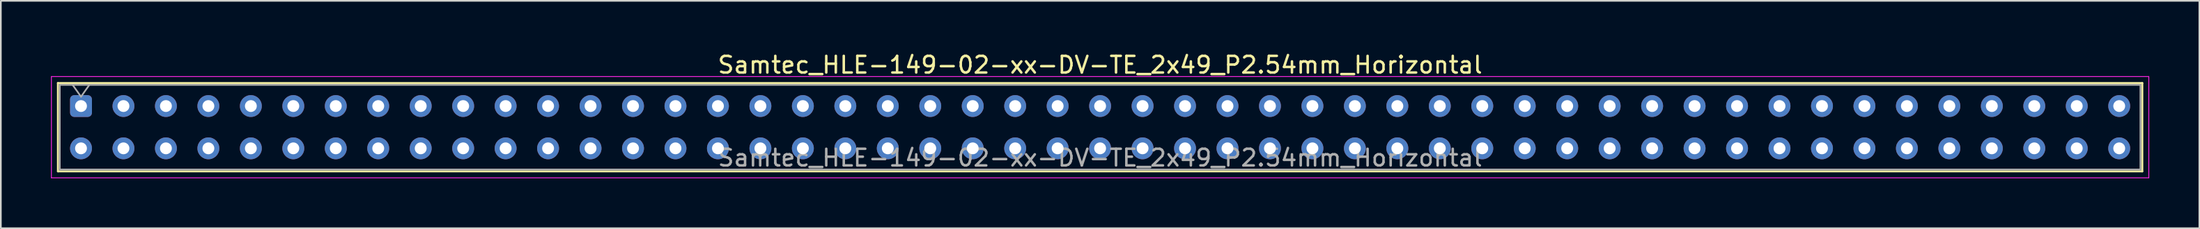
<source format=kicad_pcb>
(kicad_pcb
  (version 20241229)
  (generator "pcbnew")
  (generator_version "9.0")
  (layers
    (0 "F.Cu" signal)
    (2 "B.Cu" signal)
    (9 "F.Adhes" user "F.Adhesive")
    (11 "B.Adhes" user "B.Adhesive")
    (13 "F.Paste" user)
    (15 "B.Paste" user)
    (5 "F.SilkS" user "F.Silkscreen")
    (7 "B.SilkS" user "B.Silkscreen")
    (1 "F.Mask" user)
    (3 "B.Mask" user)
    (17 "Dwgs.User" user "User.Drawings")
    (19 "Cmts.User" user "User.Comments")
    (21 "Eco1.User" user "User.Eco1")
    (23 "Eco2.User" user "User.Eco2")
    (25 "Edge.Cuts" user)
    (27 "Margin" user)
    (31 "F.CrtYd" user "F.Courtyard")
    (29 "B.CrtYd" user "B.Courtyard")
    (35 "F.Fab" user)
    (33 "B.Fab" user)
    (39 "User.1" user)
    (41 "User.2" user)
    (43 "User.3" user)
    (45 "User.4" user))
  (footprint "Samtec_HLE-149-02-xx-DV-TE_2x49_P2.54mm_Horizontal"
    (layer "F.Cu")
    (at 1.795 3.318)
    (property "Reference" "Samtec_HLE-149-02-xx-DV-TE_2x49_P2.54mm_Horizontal" (at 60.96 -2.47 0) (layer "F.SilkS") (effects (font (size 1 1) (thickness 0.15))))
    (attr through_hole)
    (fp_line (start -1.38 -1.38) (end 123.3 -1.38) (stroke (width 0.12) (type solid)) (layer "F.SilkS"))
    (fp_line (start -1.38 3.92) (end -1.38 -1.38) (stroke (width 0.12) (type solid)) (layer "F.SilkS"))
    (fp_line (start 123.3 -1.38) (end 123.3 3.92) (stroke (width 0.12) (type solid)) (layer "F.SilkS"))
    (fp_line (start 123.3 3.92) (end -1.38 3.92) (stroke (width 0.12) (type solid)) (layer "F.SilkS"))
    (fp_line (start -1.77 -1.77) (end 123.69 -1.77) (stroke (width 0.05) (type solid)) (layer "F.CrtYd"))
    (fp_line (start -1.77 4.31) (end -1.77 -1.77) (stroke (width 0.05) (type solid)) (layer "F.CrtYd"))
    (fp_line (start 123.69 -1.77) (end 123.69 4.31) (stroke (width 0.05) (type solid)) (layer "F.CrtYd"))
    (fp_line (start 123.69 4.31) (end -1.77 4.31) (stroke (width 0.05) (type solid)) (layer "F.CrtYd"))
    (fp_line (start -1.27 -1.27) (end 123.19 -1.27) (stroke (width 0.1) (type solid)) (layer "F.Fab"))
    (fp_line (start -1.27 3.81) (end -1.27 -1.27) (stroke (width 0.1) (type solid)) (layer "F.Fab"))
    (fp_line (start -0.5 -1.27) (end 0 -0.563) (stroke (width 0.1) (type solid)) (layer "F.Fab"))
    (fp_line (start 0 -0.563) (end 0.5 -1.27) (stroke (width 0.1) (type solid)) (layer "F.Fab"))
    (fp_line (start 123.19 -1.27) (end 123.19 3.81) (stroke (width 0.1) (type solid)) (layer "F.Fab"))
    (fp_line (start 123.19 3.81) (end -1.27 3.81) (stroke (width 0.1) (type solid)) (layer "F.Fab"))
    (fp_text user "${REFERENCE}" (at 60.96 3.11 0) (layer "F.Fab") (effects (font (size 1 1) (thickness 0.15))))
    (pad "1" thru_hole roundrect (at 0 0) (size 1.31 1.31) (drill 0.71) (layers "*.Cu" "*.Mask") (roundrect_rratio 0.191))
    (pad "2" thru_hole circle (at 0 2.54) (size 1.31 1.31) (drill 0.71) (layers "*.Cu" "*.Mask"))
    (pad "3" thru_hole circle (at 2.54 0) (size 1.31 1.31) (drill 0.71) (layers "*.Cu" "*.Mask"))
    (pad "4" thru_hole circle (at 2.54 2.54) (size 1.31 1.31) (drill 0.71) (layers "*.Cu" "*.Mask"))
    (pad "5" thru_hole circle (at 5.08 0) (size 1.31 1.31) (drill 0.71) (layers "*.Cu" "*.Mask"))
    (pad "6" thru_hole circle (at 5.08 2.54) (size 1.31 1.31) (drill 0.71) (layers "*.Cu" "*.Mask"))
    (pad "7" thru_hole circle (at 7.62 0) (size 1.31 1.31) (drill 0.71) (layers "*.Cu" "*.Mask"))
    (pad "8" thru_hole circle (at 7.62 2.54) (size 1.31 1.31) (drill 0.71) (layers "*.Cu" "*.Mask"))
    (pad "9" thru_hole circle (at 10.16 0) (size 1.31 1.31) (drill 0.71) (layers "*.Cu" "*.Mask"))
    (pad "10" thru_hole circle (at 10.16 2.54) (size 1.31 1.31) (drill 0.71) (layers "*.Cu" "*.Mask"))
    (pad "11" thru_hole circle (at 12.7 0) (size 1.31 1.31) (drill 0.71) (layers "*.Cu" "*.Mask"))
    (pad "12" thru_hole circle (at 12.7 2.54) (size 1.31 1.31) (drill 0.71) (layers "*.Cu" "*.Mask"))
    (pad "13" thru_hole circle (at 15.24 0) (size 1.31 1.31) (drill 0.71) (layers "*.Cu" "*.Mask"))
    (pad "14" thru_hole circle (at 15.24 2.54) (size 1.31 1.31) (drill 0.71) (layers "*.Cu" "*.Mask"))
    (pad "15" thru_hole circle (at 17.78 0) (size 1.31 1.31) (drill 0.71) (layers "*.Cu" "*.Mask"))
    (pad "16" thru_hole circle (at 17.78 2.54) (size 1.31 1.31) (drill 0.71) (layers "*.Cu" "*.Mask"))
    (pad "17" thru_hole circle (at 20.32 0) (size 1.31 1.31) (drill 0.71) (layers "*.Cu" "*.Mask"))
    (pad "18" thru_hole circle (at 20.32 2.54) (size 1.31 1.31) (drill 0.71) (layers "*.Cu" "*.Mask"))
    (pad "19" thru_hole circle (at 22.86 0) (size 1.31 1.31) (drill 0.71) (layers "*.Cu" "*.Mask"))
    (pad "20" thru_hole circle (at 22.86 2.54) (size 1.31 1.31) (drill 0.71) (layers "*.Cu" "*.Mask"))
    (pad "21" thru_hole circle (at 25.4 0) (size 1.31 1.31) (drill 0.71) (layers "*.Cu" "*.Mask"))
    (pad "22" thru_hole circle (at 25.4 2.54) (size 1.31 1.31) (drill 0.71) (layers "*.Cu" "*.Mask"))
    (pad "23" thru_hole circle (at 27.94 0) (size 1.31 1.31) (drill 0.71) (layers "*.Cu" "*.Mask"))
    (pad "24" thru_hole circle (at 27.94 2.54) (size 1.31 1.31) (drill 0.71) (layers "*.Cu" "*.Mask"))
    (pad "25" thru_hole circle (at 30.48 0) (size 1.31 1.31) (drill 0.71) (layers "*.Cu" "*.Mask"))
    (pad "26" thru_hole circle (at 30.48 2.54) (size 1.31 1.31) (drill 0.71) (layers "*.Cu" "*.Mask"))
    (pad "27" thru_hole circle (at 33.02 0) (size 1.31 1.31) (drill 0.71) (layers "*.Cu" "*.Mask"))
    (pad "28" thru_hole circle (at 33.02 2.54) (size 1.31 1.31) (drill 0.71) (layers "*.Cu" "*.Mask"))
    (pad "29" thru_hole circle (at 35.56 0) (size 1.31 1.31) (drill 0.71) (layers "*.Cu" "*.Mask"))
    (pad "30" thru_hole circle (at 35.56 2.54) (size 1.31 1.31) (drill 0.71) (layers "*.Cu" "*.Mask"))
    (pad "31" thru_hole circle (at 38.1 0) (size 1.31 1.31) (drill 0.71) (layers "*.Cu" "*.Mask"))
    (pad "32" thru_hole circle (at 38.1 2.54) (size 1.31 1.31) (drill 0.71) (layers "*.Cu" "*.Mask"))
    (pad "33" thru_hole circle (at 40.64 0) (size 1.31 1.31) (drill 0.71) (layers "*.Cu" "*.Mask"))
    (pad "34" thru_hole circle (at 40.64 2.54) (size 1.31 1.31) (drill 0.71) (layers "*.Cu" "*.Mask"))
    (pad "35" thru_hole circle (at 43.18 0) (size 1.31 1.31) (drill 0.71) (layers "*.Cu" "*.Mask"))
    (pad "36" thru_hole circle (at 43.18 2.54) (size 1.31 1.31) (drill 0.71) (layers "*.Cu" "*.Mask"))
    (pad "37" thru_hole circle (at 45.72 0) (size 1.31 1.31) (drill 0.71) (layers "*.Cu" "*.Mask"))
    (pad "38" thru_hole circle (at 45.72 2.54) (size 1.31 1.31) (drill 0.71) (layers "*.Cu" "*.Mask"))
    (pad "39" thru_hole circle (at 48.26 0) (size 1.31 1.31) (drill 0.71) (layers "*.Cu" "*.Mask"))
    (pad "40" thru_hole circle (at 48.26 2.54) (size 1.31 1.31) (drill 0.71) (layers "*.Cu" "*.Mask"))
    (pad "41" thru_hole circle (at 50.8 0) (size 1.31 1.31) (drill 0.71) (layers "*.Cu" "*.Mask"))
    (pad "42" thru_hole circle (at 50.8 2.54) (size 1.31 1.31) (drill 0.71) (layers "*.Cu" "*.Mask"))
    (pad "43" thru_hole circle (at 53.34 0) (size 1.31 1.31) (drill 0.71) (layers "*.Cu" "*.Mask"))
    (pad "44" thru_hole circle (at 53.34 2.54) (size 1.31 1.31) (drill 0.71) (layers "*.Cu" "*.Mask"))
    (pad "45" thru_hole circle (at 55.88 0) (size 1.31 1.31) (drill 0.71) (layers "*.Cu" "*.Mask"))
    (pad "46" thru_hole circle (at 55.88 2.54) (size 1.31 1.31) (drill 0.71) (layers "*.Cu" "*.Mask"))
    (pad "47" thru_hole circle (at 58.42 0) (size 1.31 1.31) (drill 0.71) (layers "*.Cu" "*.Mask"))
    (pad "48" thru_hole circle (at 58.42 2.54) (size 1.31 1.31) (drill 0.71) (layers "*.Cu" "*.Mask"))
    (pad "49" thru_hole circle (at 60.96 0) (size 1.31 1.31) (drill 0.71) (layers "*.Cu" "*.Mask"))
    (pad "50" thru_hole circle (at 60.96 2.54) (size 1.31 1.31) (drill 0.71) (layers "*.Cu" "*.Mask"))
    (pad "51" thru_hole circle (at 63.5 0) (size 1.31 1.31) (drill 0.71) (layers "*.Cu" "*.Mask"))
    (pad "52" thru_hole circle (at 63.5 2.54) (size 1.31 1.31) (drill 0.71) (layers "*.Cu" "*.Mask"))
    (pad "53" thru_hole circle (at 66.04 0) (size 1.31 1.31) (drill 0.71) (layers "*.Cu" "*.Mask"))
    (pad "54" thru_hole circle (at 66.04 2.54) (size 1.31 1.31) (drill 0.71) (layers "*.Cu" "*.Mask"))
    (pad "55" thru_hole circle (at 68.58 0) (size 1.31 1.31) (drill 0.71) (layers "*.Cu" "*.Mask"))
    (pad "56" thru_hole circle (at 68.58 2.54) (size 1.31 1.31) (drill 0.71) (layers "*.Cu" "*.Mask"))
    (pad "57" thru_hole circle (at 71.12 0) (size 1.31 1.31) (drill 0.71) (layers "*.Cu" "*.Mask"))
    (pad "58" thru_hole circle (at 71.12 2.54) (size 1.31 1.31) (drill 0.71) (layers "*.Cu" "*.Mask"))
    (pad "59" thru_hole circle (at 73.66 0) (size 1.31 1.31) (drill 0.71) (layers "*.Cu" "*.Mask"))
    (pad "60" thru_hole circle (at 73.66 2.54) (size 1.31 1.31) (drill 0.71) (layers "*.Cu" "*.Mask"))
    (pad "61" thru_hole circle (at 76.2 0) (size 1.31 1.31) (drill 0.71) (layers "*.Cu" "*.Mask"))
    (pad "62" thru_hole circle (at 76.2 2.54) (size 1.31 1.31) (drill 0.71) (layers "*.Cu" "*.Mask"))
    (pad "63" thru_hole circle (at 78.74 0) (size 1.31 1.31) (drill 0.71) (layers "*.Cu" "*.Mask"))
    (pad "64" thru_hole circle (at 78.74 2.54) (size 1.31 1.31) (drill 0.71) (layers "*.Cu" "*.Mask"))
    (pad "65" thru_hole circle (at 81.28 0) (size 1.31 1.31) (drill 0.71) (layers "*.Cu" "*.Mask"))
    (pad "66" thru_hole circle (at 81.28 2.54) (size 1.31 1.31) (drill 0.71) (layers "*.Cu" "*.Mask"))
    (pad "67" thru_hole circle (at 83.82 0) (size 1.31 1.31) (drill 0.71) (layers "*.Cu" "*.Mask"))
    (pad "68" thru_hole circle (at 83.82 2.54) (size 1.31 1.31) (drill 0.71) (layers "*.Cu" "*.Mask"))
    (pad "69" thru_hole circle (at 86.36 0) (size 1.31 1.31) (drill 0.71) (layers "*.Cu" "*.Mask"))
    (pad "70" thru_hole circle (at 86.36 2.54) (size 1.31 1.31) (drill 0.71) (layers "*.Cu" "*.Mask"))
    (pad "71" thru_hole circle (at 88.9 0) (size 1.31 1.31) (drill 0.71) (layers "*.Cu" "*.Mask"))
    (pad "72" thru_hole circle (at 88.9 2.54) (size 1.31 1.31) (drill 0.71) (layers "*.Cu" "*.Mask"))
    (pad "73" thru_hole circle (at 91.44 0) (size 1.31 1.31) (drill 0.71) (layers "*.Cu" "*.Mask"))
    (pad "74" thru_hole circle (at 91.44 2.54) (size 1.31 1.31) (drill 0.71) (layers "*.Cu" "*.Mask"))
    (pad "75" thru_hole circle (at 93.98 0) (size 1.31 1.31) (drill 0.71) (layers "*.Cu" "*.Mask"))
    (pad "76" thru_hole circle (at 93.98 2.54) (size 1.31 1.31) (drill 0.71) (layers "*.Cu" "*.Mask"))
    (pad "77" thru_hole circle (at 96.52 0) (size 1.31 1.31) (drill 0.71) (layers "*.Cu" "*.Mask"))
    (pad "78" thru_hole circle (at 96.52 2.54) (size 1.31 1.31) (drill 0.71) (layers "*.Cu" "*.Mask"))
    (pad "79" thru_hole circle (at 99.06 0) (size 1.31 1.31) (drill 0.71) (layers "*.Cu" "*.Mask"))
    (pad "80" thru_hole circle (at 99.06 2.54) (size 1.31 1.31) (drill 0.71) (layers "*.Cu" "*.Mask"))
    (pad "81" thru_hole circle (at 101.6 0) (size 1.31 1.31) (drill 0.71) (layers "*.Cu" "*.Mask"))
    (pad "82" thru_hole circle (at 101.6 2.54) (size 1.31 1.31) (drill 0.71) (layers "*.Cu" "*.Mask"))
    (pad "83" thru_hole circle (at 104.14 0) (size 1.31 1.31) (drill 0.71) (layers "*.Cu" "*.Mask"))
    (pad "84" thru_hole circle (at 104.14 2.54) (size 1.31 1.31) (drill 0.71) (layers "*.Cu" "*.Mask"))
    (pad "85" thru_hole circle (at 106.68 0) (size 1.31 1.31) (drill 0.71) (layers "*.Cu" "*.Mask"))
    (pad "86" thru_hole circle (at 106.68 2.54) (size 1.31 1.31) (drill 0.71) (layers "*.Cu" "*.Mask"))
    (pad "87" thru_hole circle (at 109.22 0) (size 1.31 1.31) (drill 0.71) (layers "*.Cu" "*.Mask"))
    (pad "88" thru_hole circle (at 109.22 2.54) (size 1.31 1.31) (drill 0.71) (layers "*.Cu" "*.Mask"))
    (pad "89" thru_hole circle (at 111.76 0) (size 1.31 1.31) (drill 0.71) (layers "*.Cu" "*.Mask"))
    (pad "90" thru_hole circle (at 111.76 2.54) (size 1.31 1.31) (drill 0.71) (layers "*.Cu" "*.Mask"))
    (pad "91" thru_hole circle (at 114.3 0) (size 1.31 1.31) (drill 0.71) (layers "*.Cu" "*.Mask"))
    (pad "92" thru_hole circle (at 114.3 2.54) (size 1.31 1.31) (drill 0.71) (layers "*.Cu" "*.Mask"))
    (pad "93" thru_hole circle (at 116.84 0) (size 1.31 1.31) (drill 0.71) (layers "*.Cu" "*.Mask"))
    (pad "94" thru_hole circle (at 116.84 2.54) (size 1.31 1.31) (drill 0.71) (layers "*.Cu" "*.Mask"))
    (pad "95" thru_hole circle (at 119.38 0) (size 1.31 1.31) (drill 0.71) (layers "*.Cu" "*.Mask"))
    (pad "96" thru_hole circle (at 119.38 2.54) (size 1.31 1.31) (drill 0.71) (layers "*.Cu" "*.Mask"))
    (pad "97" thru_hole circle (at 121.92 0) (size 1.31 1.31) (drill 0.71) (layers "*.Cu" "*.Mask"))
    (pad "98" thru_hole circle (at 121.92 2.54) (size 1.31 1.31) (drill 0.71) (layers "*.Cu" "*.Mask")))
  (gr_rect
    (start -3 -3)
    (end 128.51 10.653)
    (stroke (width 0.1) (type default))
    (fill no)
    (layer "Edge.Cuts")))
</source>
